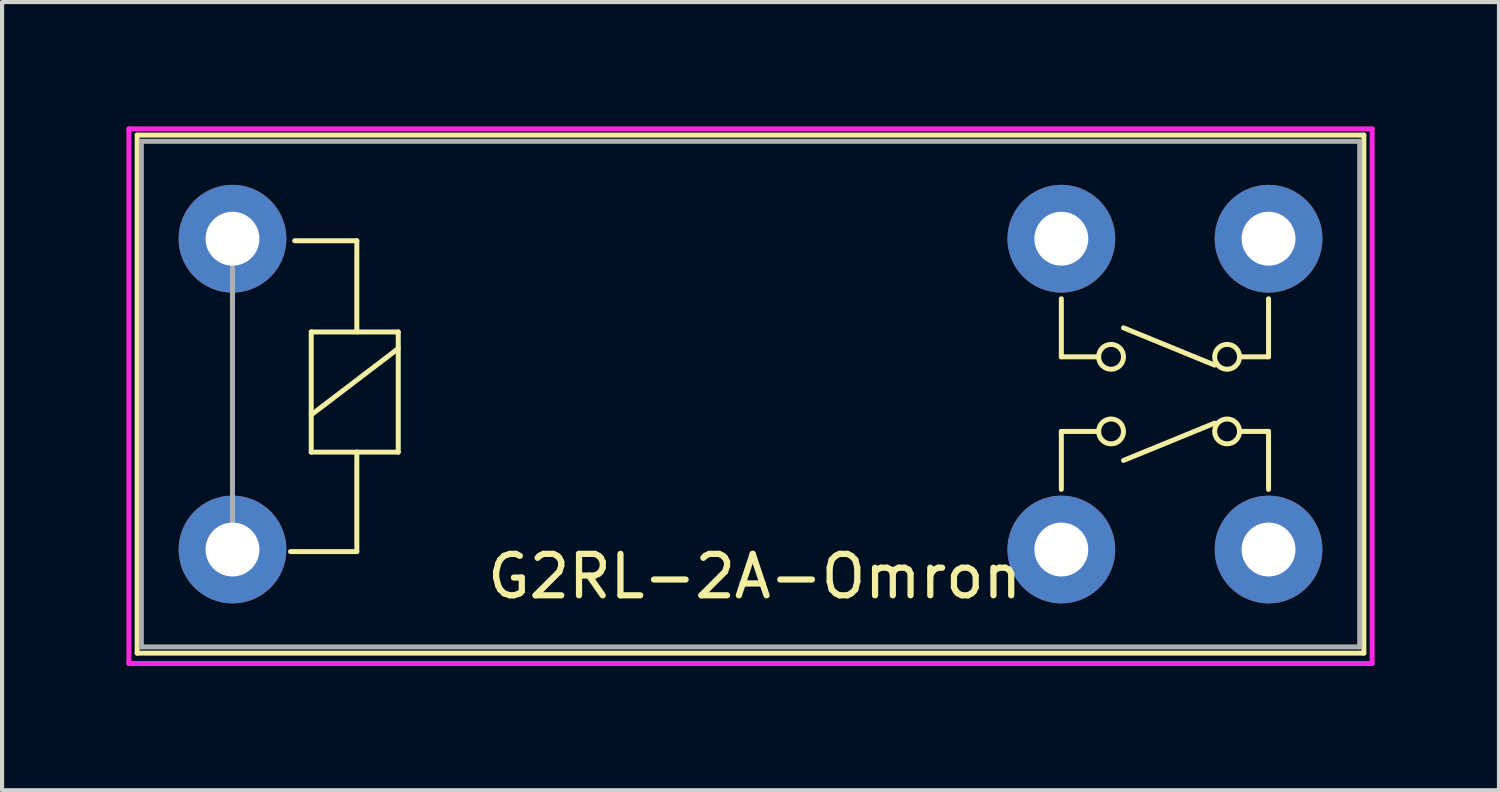
<source format=kicad_pcb>
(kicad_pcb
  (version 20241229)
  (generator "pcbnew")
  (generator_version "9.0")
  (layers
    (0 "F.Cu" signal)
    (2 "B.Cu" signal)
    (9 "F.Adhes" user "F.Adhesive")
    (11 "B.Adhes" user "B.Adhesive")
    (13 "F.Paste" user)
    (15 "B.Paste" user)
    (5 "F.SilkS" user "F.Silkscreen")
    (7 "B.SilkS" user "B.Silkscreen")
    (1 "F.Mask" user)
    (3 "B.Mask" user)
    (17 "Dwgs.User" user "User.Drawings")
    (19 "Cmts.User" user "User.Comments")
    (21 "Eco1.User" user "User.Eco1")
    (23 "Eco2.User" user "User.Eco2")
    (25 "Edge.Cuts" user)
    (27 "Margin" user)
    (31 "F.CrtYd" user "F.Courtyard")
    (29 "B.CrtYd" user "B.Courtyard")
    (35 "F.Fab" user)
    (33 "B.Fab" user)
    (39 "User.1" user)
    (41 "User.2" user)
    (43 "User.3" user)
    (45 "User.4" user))
  (footprint "G2RL-2A-Omron"
    (layer "F.Cu")
    (at 15.06 6.46)
    (property "Reference" "G2RL-2A-Omron" (at 0.1 4.4 0) (layer "F.SilkS") (effects (font (size 1 1) (thickness 0.15))))
    (attr through_hole)
    (fp_line (start -14.8 -6.25) (end -14.8 6.25) (stroke (width 0.12) (type solid)) (layer "F.SilkS"))
    (fp_line (start -14.8 -6.25) (end 14.8 -6.25) (stroke (width 0.12) (type solid)) (layer "F.SilkS"))
    (fp_line (start -14.8 6.25) (end 14.8 6.25) (stroke (width 0.12) (type solid)) (layer "F.SilkS"))
    (fp_line (start -11.1 3.8) (end -9.5 3.8) (stroke (width 0.12) (type solid)) (layer "F.SilkS"))
    (fp_line (start -11 -3.7) (end -9.5 -3.7) (stroke (width 0.12) (type solid)) (layer "F.SilkS"))
    (fp_line (start -10.6 -1.5) (end -10.6 1.4) (stroke (width 0.12) (type solid)) (layer "F.SilkS"))
    (fp_line (start -10.6 0.5) (end -8.5 -1.1) (stroke (width 0.12) (type solid)) (layer "F.SilkS"))
    (fp_line (start -10.6 1.4) (end -8.5 1.4) (stroke (width 0.12) (type solid)) (layer "F.SilkS"))
    (fp_line (start -9.5 -3.7) (end -9.5 -1.5) (stroke (width 0.12) (type solid)) (layer "F.SilkS"))
    (fp_line (start -9.5 3.8) (end -9.5 1.4) (stroke (width 0.12) (type solid)) (layer "F.SilkS"))
    (fp_line (start -8.5 -1.5) (end -10.6 -1.5) (stroke (width 0.12) (type solid)) (layer "F.SilkS"))
    (fp_line (start -8.5 1.4) (end -8.5 -1.5) (stroke (width 0.12) (type solid)) (layer "F.SilkS"))
    (fp_line (start 7.5 -2.3) (end 7.5 -0.9) (stroke (width 0.12) (type solid)) (layer "F.SilkS"))
    (fp_line (start 7.5 -0.9) (end 8.4 -0.9) (stroke (width 0.12) (type solid)) (layer "F.SilkS"))
    (fp_line (start 7.5 0.9) (end 8.4 0.9) (stroke (width 0.12) (type solid)) (layer "F.SilkS"))
    (fp_line (start 7.5 2.3) (end 7.5 0.9) (stroke (width 0.12) (type solid)) (layer "F.SilkS"))
    (fp_line (start 11.2 -0.7) (end 9 -1.6) (stroke (width 0.12) (type solid)) (layer "F.SilkS"))
    (fp_line (start 11.2 0.7) (end 9 1.6) (stroke (width 0.12) (type solid)) (layer "F.SilkS"))
    (fp_line (start 12.5 -2.3) (end 12.5 -0.9) (stroke (width 0.12) (type solid)) (layer "F.SilkS"))
    (fp_line (start 12.5 -0.9) (end 11.8 -0.9) (stroke (width 0.12) (type solid)) (layer "F.SilkS"))
    (fp_line (start 12.5 0.9) (end 11.8 0.9) (stroke (width 0.12) (type solid)) (layer "F.SilkS"))
    (fp_line (start 12.5 2.3) (end 12.5 0.9) (stroke (width 0.12) (type solid)) (layer "F.SilkS"))
    (fp_line (start 14.8 -6.25) (end 14.8 6.25) (stroke (width 0.12) (type solid)) (layer "F.SilkS"))
    (fp_circle (center 8.7 -0.9) (end 8.7 -1.2) (stroke (width 0.12) (type solid)) (fill no) (layer "F.SilkS"))
    (fp_circle (center 8.7 0.9) (end 8.7 1.2) (stroke (width 0.12) (type solid)) (fill no) (layer "F.SilkS"))
    (fp_circle (center 11.5 -0.9) (end 11.5 -1.2) (stroke (width 0.12) (type solid)) (fill no) (layer "F.SilkS"))
    (fp_circle (center 11.5 0.9) (end 11.5 1.2) (stroke (width 0.12) (type solid)) (fill no) (layer "F.SilkS"))
    (fp_line (start -15 -6.4) (end -15 6.5) (stroke (width 0.12) (type solid)) (layer "F.CrtYd"))
    (fp_line (start -15 6.5) (end 15 6.5) (stroke (width 0.12) (type solid)) (layer "F.CrtYd"))
    (fp_line (start 15 -6.4) (end -15 -6.4) (stroke (width 0.12) (type solid)) (layer "F.CrtYd"))
    (fp_line (start 15 6.5) (end 15 -6.4) (stroke (width 0.12) (type solid)) (layer "F.CrtYd"))
    (fp_line (start -14.7 -6.1) (end 14.7 -6.1) (stroke (width 0.12) (type solid)) (layer "F.Fab"))
    (fp_line (start -14.7 6.1) (end -14.7 -6.1) (stroke (width 0.12) (type solid)) (layer "F.Fab"))
    (fp_line (start -12.5 -3.7) (end -12.5 3.8) (stroke (width 0.12) (type solid)) (layer "F.Fab"))
    (fp_line (start 14.7 -6.1) (end 14.7 6.1) (stroke (width 0.12) (type solid)) (layer "F.Fab"))
    (fp_line (start 14.7 6.1) (end -14.7 6.1) (stroke (width 0.12) (type solid)) (layer "F.Fab"))
    (pad "1" thru_hole circle (at -12.5 -3.75) (size 2.6 2.6) (drill 1.3) (layers "*.Cu" "*.Mask"))
    (pad "3" thru_hole circle (at 7.5 -3.75) (size 2.6 2.6) (drill 1.3) (layers "*.Cu" "*.Mask"))
    (pad "4" thru_hole circle (at 12.5 -3.75) (size 2.6 2.6) (drill 1.3) (layers "*.Cu" "*.Mask"))
    (pad "5" thru_hole circle (at 12.5 3.75) (size 2.6 2.6) (drill 1.3) (layers "*.Cu" "*.Mask"))
    (pad "6" thru_hole circle (at 7.5 3.75) (size 2.6 2.6) (drill 1.3) (layers "*.Cu" "*.Mask"))
    (pad "8" thru_hole circle (at -12.5 3.75) (size 2.6 2.6) (drill 1.3) (layers "*.Cu" "*.Mask")))
  (gr_rect
    (start -3 -3)
    (end 33.12 16.02)
    (stroke (width 0.1) (type default))
    (fill no)
    (layer "Edge.Cuts")))
</source>
